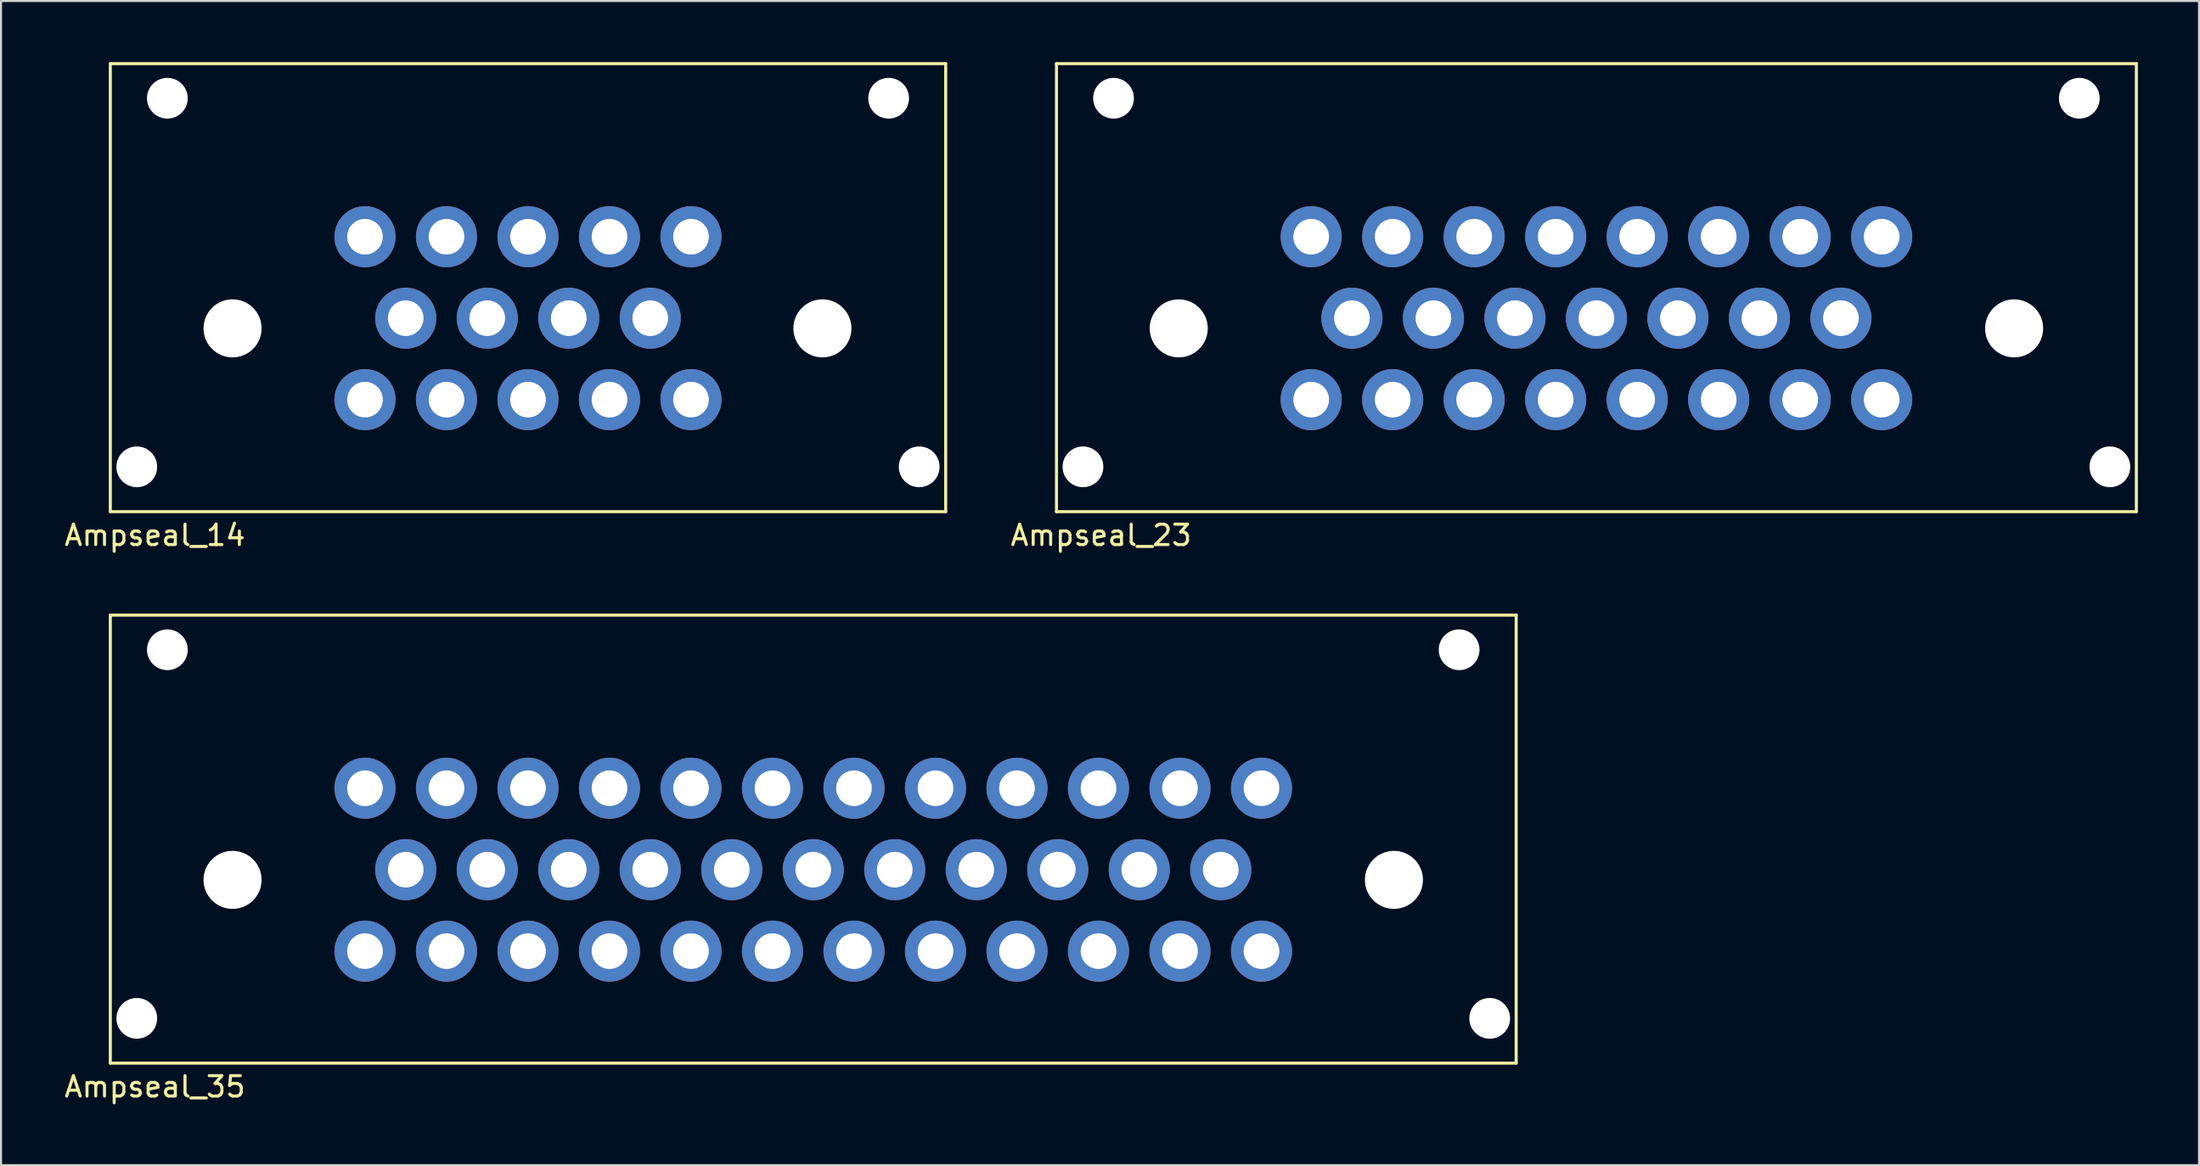
<source format=kicad_pcb>
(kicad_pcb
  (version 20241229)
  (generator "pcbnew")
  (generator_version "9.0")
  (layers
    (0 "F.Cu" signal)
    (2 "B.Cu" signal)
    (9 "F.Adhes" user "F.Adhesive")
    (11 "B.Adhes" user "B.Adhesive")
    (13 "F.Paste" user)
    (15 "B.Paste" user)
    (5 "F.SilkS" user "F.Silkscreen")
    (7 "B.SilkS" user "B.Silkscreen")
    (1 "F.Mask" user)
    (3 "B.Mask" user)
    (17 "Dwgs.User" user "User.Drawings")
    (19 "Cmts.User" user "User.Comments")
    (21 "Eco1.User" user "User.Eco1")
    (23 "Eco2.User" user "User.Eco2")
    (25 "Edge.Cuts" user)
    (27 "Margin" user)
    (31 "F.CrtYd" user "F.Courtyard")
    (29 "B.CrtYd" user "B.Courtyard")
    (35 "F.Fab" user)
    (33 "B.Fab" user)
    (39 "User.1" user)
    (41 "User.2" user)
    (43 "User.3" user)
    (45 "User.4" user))
  (footprint "Ampseal_35"
    (layer "F.Cu")
    (at 8.364 40.158)
    (property "Reference" "Ampseal_35" (at -3.81 10.16 0) (layer "F.SilkS") (effects (font (size 1 1) (thickness 0.15))))
    (attr through_hole)
    (fp_line (start -6 -13) (end 63 -13) (stroke (width 0.15) (type solid)) (layer "F.SilkS"))
    (fp_line (start -6 9) (end -6 -13) (stroke (width 0.15) (type solid)) (layer "F.SilkS"))
    (fp_line (start 63 -13) (end 63 9) (stroke (width 0.15) (type solid)) (layer "F.SilkS"))
    (fp_line (start 63 9) (end -6 9) (stroke (width 0.15) (type solid)) (layer "F.SilkS"))
    (pad "" np_thru_hole circle (at -4.7 6.8) (size 2 2) (drill 2) (layers "*.Cu" "*.Mask"))
    (pad "" np_thru_hole circle (at -3.2 -11.3) (size 2 2) (drill 2) (layers "*.Cu" "*.Mask"))
    (pad "" np_thru_hole circle (at 0 0) (size 2.85 2.85) (drill 2.85) (layers "*.Cu" "*.Mask"))
    (pad "" np_thru_hole circle (at 57 0) (size 2.85 2.85) (drill 2.85) (layers "*.Cu" "*.Mask"))
    (pad "" np_thru_hole circle (at 60.2 -11.3) (size 2 2) (drill 2) (layers "*.Cu" "*.Mask"))
    (pad "" np_thru_hole circle (at 61.7 6.8) (size 2 2) (drill 2) (layers "*.Cu" "*.Mask"))
    (pad "1" thru_hole circle (at 6.5 -4.5) (size 3 3) (drill 1.75) (layers "*.Cu" "*.Mask"))
    (pad "2" thru_hole circle (at 10.5 -4.5) (size 3 3) (drill 1.75) (layers "*.Cu" "*.Mask"))
    (pad "3" thru_hole circle (at 14.5 -4.5) (size 3 3) (drill 1.75) (layers "*.Cu" "*.Mask"))
    (pad "4" thru_hole circle (at 18.5 -4.5) (size 3 3) (drill 1.75) (layers "*.Cu" "*.Mask"))
    (pad "5" thru_hole circle (at 22.5 -4.5) (size 3 3) (drill 1.75) (layers "*.Cu" "*.Mask"))
    (pad "6" thru_hole circle (at 26.5 -4.5) (size 3 3) (drill 1.75) (layers "*.Cu" "*.Mask"))
    (pad "7" thru_hole circle (at 30.5 -4.5) (size 3 3) (drill 1.75) (layers "*.Cu" "*.Mask"))
    (pad "8" thru_hole circle (at 34.5 -4.5) (size 3 3) (drill 1.75) (layers "*.Cu" "*.Mask"))
    (pad "9" thru_hole circle (at 38.5 -4.5) (size 3 3) (drill 1.75) (layers "*.Cu" "*.Mask"))
    (pad "10" thru_hole circle (at 42.5 -4.5) (size 3 3) (drill 1.75) (layers "*.Cu" "*.Mask"))
    (pad "11" thru_hole circle (at 46.5 -4.5) (size 3 3) (drill 1.75) (layers "*.Cu" "*.Mask"))
    (pad "12" thru_hole circle (at 50.5 -4.5) (size 3 3) (drill 1.75) (layers "*.Cu" "*.Mask"))
    (pad "13" thru_hole circle (at 8.5 -0.5) (size 3 3) (drill 1.75) (layers "*.Cu" "*.Mask"))
    (pad "14" thru_hole circle (at 12.5 -0.5) (size 3 3) (drill 1.75) (layers "*.Cu" "*.Mask"))
    (pad "15" thru_hole circle (at 16.5 -0.5) (size 3 3) (drill 1.75) (layers "*.Cu" "*.Mask"))
    (pad "16" thru_hole circle (at 20.5 -0.5) (size 3 3) (drill 1.75) (layers "*.Cu" "*.Mask"))
    (pad "17" thru_hole circle (at 24.5 -0.5) (size 3 3) (drill 1.75) (layers "*.Cu" "*.Mask"))
    (pad "18" thru_hole circle (at 28.5 -0.5) (size 3 3) (drill 1.75) (layers "*.Cu" "*.Mask"))
    (pad "19" thru_hole circle (at 32.5 -0.5) (size 3 3) (drill 1.75) (layers "*.Cu" "*.Mask"))
    (pad "20" thru_hole circle (at 36.5 -0.5) (size 3 3) (drill 1.75) (layers "*.Cu" "*.Mask"))
    (pad "21" thru_hole circle (at 40.5 -0.5) (size 3 3) (drill 1.75) (layers "*.Cu" "*.Mask"))
    (pad "22" thru_hole circle (at 44.5 -0.5) (size 3 3) (drill 1.75) (layers "*.Cu" "*.Mask"))
    (pad "23" thru_hole circle (at 48.5 -0.5) (size 3 3) (drill 1.75) (layers "*.Cu" "*.Mask"))
    (pad "24" thru_hole circle (at 6.5 3.5) (size 3 3) (drill 1.75) (layers "*.Cu" "*.Mask"))
    (pad "25" thru_hole circle (at 10.5 3.5) (size 3 3) (drill 1.75) (layers "*.Cu" "*.Mask"))
    (pad "26" thru_hole circle (at 14.5 3.5) (size 3 3) (drill 1.75) (layers "*.Cu" "*.Mask"))
    (pad "27" thru_hole circle (at 18.5 3.5) (size 3 3) (drill 1.75) (layers "*.Cu" "*.Mask"))
    (pad "28" thru_hole circle (at 22.5 3.5) (size 3 3) (drill 1.75) (layers "*.Cu" "*.Mask"))
    (pad "29" thru_hole circle (at 26.5 3.5) (size 3 3) (drill 1.75) (layers "*.Cu" "*.Mask"))
    (pad "30" thru_hole circle (at 30.5 3.5) (size 3 3) (drill 1.75) (layers "*.Cu" "*.Mask"))
    (pad "31" thru_hole circle (at 34.5 3.5) (size 3 3) (drill 1.75) (layers "*.Cu" "*.Mask"))
    (pad "32" thru_hole circle (at 38.5 3.5) (size 3 3) (drill 1.75) (layers "*.Cu" "*.Mask"))
    (pad "33" thru_hole circle (at 42.5 3.5) (size 3 3) (drill 1.75) (layers "*.Cu" "*.Mask"))
    (pad "34" thru_hole circle (at 46.5 3.5) (size 3 3) (drill 1.75) (layers "*.Cu" "*.Mask"))
    (pad "35" thru_hole circle (at 50.5 3.5) (size 3 3) (drill 1.75) (layers "*.Cu" "*.Mask")))
  (footprint "Ampseal_14"
    (layer "F.Cu")
    (at 8.364 13.075)
    (property "Reference" "Ampseal_14" (at -3.81 10.16 0) (layer "F.SilkS") (effects (font (size 1 1) (thickness 0.15))))
    (attr through_hole)
    (fp_line (start -6 -13) (end 35 -13) (stroke (width 0.15) (type solid)) (layer "F.SilkS"))
    (fp_line (start -6 9) (end -6 -13) (stroke (width 0.15) (type solid)) (layer "F.SilkS"))
    (fp_line (start 35 -13) (end 35 9) (stroke (width 0.15) (type solid)) (layer "F.SilkS"))
    (fp_line (start 35 9) (end -6 9) (stroke (width 0.15) (type solid)) (layer "F.SilkS"))
    (pad "" np_thru_hole circle (at -4.7 6.8) (size 2 2) (drill 2) (layers "*.Cu" "*.Mask"))
    (pad "" np_thru_hole circle (at -3.2 -11.3) (size 2 2) (drill 2) (layers "*.Cu" "*.Mask"))
    (pad "" np_thru_hole circle (at 0 0) (size 2.85 2.85) (drill 2.85) (layers "*.Cu" "*.Mask"))
    (pad "" np_thru_hole circle (at 28.95 0) (size 2.85 2.85) (drill 2.85) (layers "*.Cu" "*.Mask"))
    (pad "" np_thru_hole circle (at 32.2 -11.3) (size 2 2) (drill 2) (layers "*.Cu" "*.Mask"))
    (pad "" np_thru_hole circle (at 33.7 6.8) (size 2 2) (drill 2) (layers "*.Cu" "*.Mask"))
    (pad "1" thru_hole circle (at 6.5 -4.5) (size 3 3) (drill 1.75) (layers "*.Cu" "*.Mask"))
    (pad "2" thru_hole circle (at 10.5 -4.5) (size 3 3) (drill 1.75) (layers "*.Cu" "*.Mask"))
    (pad "3" thru_hole circle (at 14.5 -4.5) (size 3 3) (drill 1.75) (layers "*.Cu" "*.Mask"))
    (pad "4" thru_hole circle (at 18.5 -4.5) (size 3 3) (drill 1.75) (layers "*.Cu" "*.Mask"))
    (pad "5" thru_hole circle (at 22.5 -4.5) (size 3 3) (drill 1.75) (layers "*.Cu" "*.Mask"))
    (pad "6" thru_hole circle (at 8.5 -0.5) (size 3 3) (drill 1.75) (layers "*.Cu" "*.Mask"))
    (pad "7" thru_hole circle (at 12.5 -0.5) (size 3 3) (drill 1.75) (layers "*.Cu" "*.Mask"))
    (pad "8" thru_hole circle (at 16.5 -0.5) (size 3 3) (drill 1.75) (layers "*.Cu" "*.Mask"))
    (pad "9" thru_hole circle (at 20.5 -0.5) (size 3 3) (drill 1.75) (layers "*.Cu" "*.Mask"))
    (pad "10" thru_hole circle (at 6.5 3.5) (size 3 3) (drill 1.75) (layers "*.Cu" "*.Mask"))
    (pad "11" thru_hole circle (at 10.5 3.5) (size 3 3) (drill 1.75) (layers "*.Cu" "*.Mask"))
    (pad "12" thru_hole circle (at 14.5 3.5) (size 3 3) (drill 1.75) (layers "*.Cu" "*.Mask"))
    (pad "13" thru_hole circle (at 18.5 3.5) (size 3 3) (drill 1.75) (layers "*.Cu" "*.Mask"))
    (pad "14" thru_hole circle (at 22.5 3.5) (size 3 3) (drill 1.75) (layers "*.Cu" "*.Mask")))
  (footprint "Ampseal_23"
    (layer "F.Cu")
    (at 54.802 13.075)
    (property "Reference" "Ampseal_23" (at -3.81 10.16 0) (layer "F.SilkS") (effects (font (size 1 1) (thickness 0.15))))
    (attr through_hole)
    (fp_line (start -6 -13) (end 47 -13) (stroke (width 0.15) (type solid)) (layer "F.SilkS"))
    (fp_line (start -6 9) (end -6 -13) (stroke (width 0.15) (type solid)) (layer "F.SilkS"))
    (fp_line (start 47 -13) (end 47 9) (stroke (width 0.15) (type solid)) (layer "F.SilkS"))
    (fp_line (start 47 9) (end -6 9) (stroke (width 0.15) (type solid)) (layer "F.SilkS"))
    (pad "" np_thru_hole circle (at -4.7 6.8) (size 2 2) (drill 2) (layers "*.Cu" "*.Mask"))
    (pad "" np_thru_hole circle (at -3.2 -11.3) (size 2 2) (drill 2) (layers "*.Cu" "*.Mask"))
    (pad "" np_thru_hole circle (at 0 0) (size 2.85 2.85) (drill 2.85) (layers "*.Cu" "*.Mask"))
    (pad "" np_thru_hole circle (at 41 0) (size 2.85 2.85) (drill 2.85) (layers "*.Cu" "*.Mask"))
    (pad "" np_thru_hole circle (at 44.2 -11.3) (size 2 2) (drill 2) (layers "*.Cu" "*.Mask"))
    (pad "" np_thru_hole circle (at 45.7 6.8) (size 2 2) (drill 2) (layers "*.Cu" "*.Mask"))
    (pad "1" thru_hole circle (at 6.5 -4.5) (size 3 3) (drill 1.75) (layers "*.Cu" "*.Mask"))
    (pad "2" thru_hole circle (at 10.5 -4.5) (size 3 3) (drill 1.75) (layers "*.Cu" "*.Mask"))
    (pad "3" thru_hole circle (at 14.5 -4.5) (size 3 3) (drill 1.75) (layers "*.Cu" "*.Mask"))
    (pad "4" thru_hole circle (at 18.5 -4.5) (size 3 3) (drill 1.75) (layers "*.Cu" "*.Mask"))
    (pad "5" thru_hole circle (at 22.5 -4.5) (size 3 3) (drill 1.75) (layers "*.Cu" "*.Mask"))
    (pad "6" thru_hole circle (at 26.5 -4.5) (size 3 3) (drill 1.75) (layers "*.Cu" "*.Mask"))
    (pad "7" thru_hole circle (at 30.5 -4.5) (size 3 3) (drill 1.75) (layers "*.Cu" "*.Mask"))
    (pad "8" thru_hole circle (at 34.5 -4.5) (size 3 3) (drill 1.75) (layers "*.Cu" "*.Mask"))
    (pad "9" thru_hole circle (at 8.5 -0.5) (size 3 3) (drill 1.75) (layers "*.Cu" "*.Mask"))
    (pad "10" thru_hole circle (at 12.5 -0.5) (size 3 3) (drill 1.75) (layers "*.Cu" "*.Mask"))
    (pad "11" thru_hole circle (at 16.5 -0.5) (size 3 3) (drill 1.75) (layers "*.Cu" "*.Mask"))
    (pad "12" thru_hole circle (at 20.5 -0.5) (size 3 3) (drill 1.75) (layers "*.Cu" "*.Mask"))
    (pad "13" thru_hole circle (at 24.5 -0.5) (size 3 3) (drill 1.75) (layers "*.Cu" "*.Mask"))
    (pad "14" thru_hole circle (at 28.5 -0.5) (size 3 3) (drill 1.75) (layers "*.Cu" "*.Mask"))
    (pad "15" thru_hole circle (at 32.5 -0.5) (size 3 3) (drill 1.75) (layers "*.Cu" "*.Mask"))
    (pad "16" thru_hole circle (at 6.5 3.5) (size 3 3) (drill 1.75) (layers "*.Cu" "*.Mask"))
    (pad "17" thru_hole circle (at 10.5 3.5) (size 3 3) (drill 1.75) (layers "*.Cu" "*.Mask"))
    (pad "18" thru_hole circle (at 14.5 3.5) (size 3 3) (drill 1.75) (layers "*.Cu" "*.Mask"))
    (pad "19" thru_hole circle (at 18.5 3.5) (size 3 3) (drill 1.75) (layers "*.Cu" "*.Mask"))
    (pad "20" thru_hole circle (at 22.5 3.5) (size 3 3) (drill 1.75) (layers "*.Cu" "*.Mask"))
    (pad "21" thru_hole circle (at 26.5 3.5) (size 3 3) (drill 1.75) (layers "*.Cu" "*.Mask"))
    (pad "22" thru_hole circle (at 30.5 3.5) (size 3 3) (drill 1.75) (layers "*.Cu" "*.Mask"))
    (pad "23" thru_hole circle (at 34.5 3.5) (size 3 3) (drill 1.75) (layers "*.Cu" "*.Mask")))
  (gr_rect
    (start -3 -3)
    (end 104.877 54.166)
    (stroke (width 0.1) (type default))
    (fill no)
    (layer "Edge.Cuts")))
</source>
